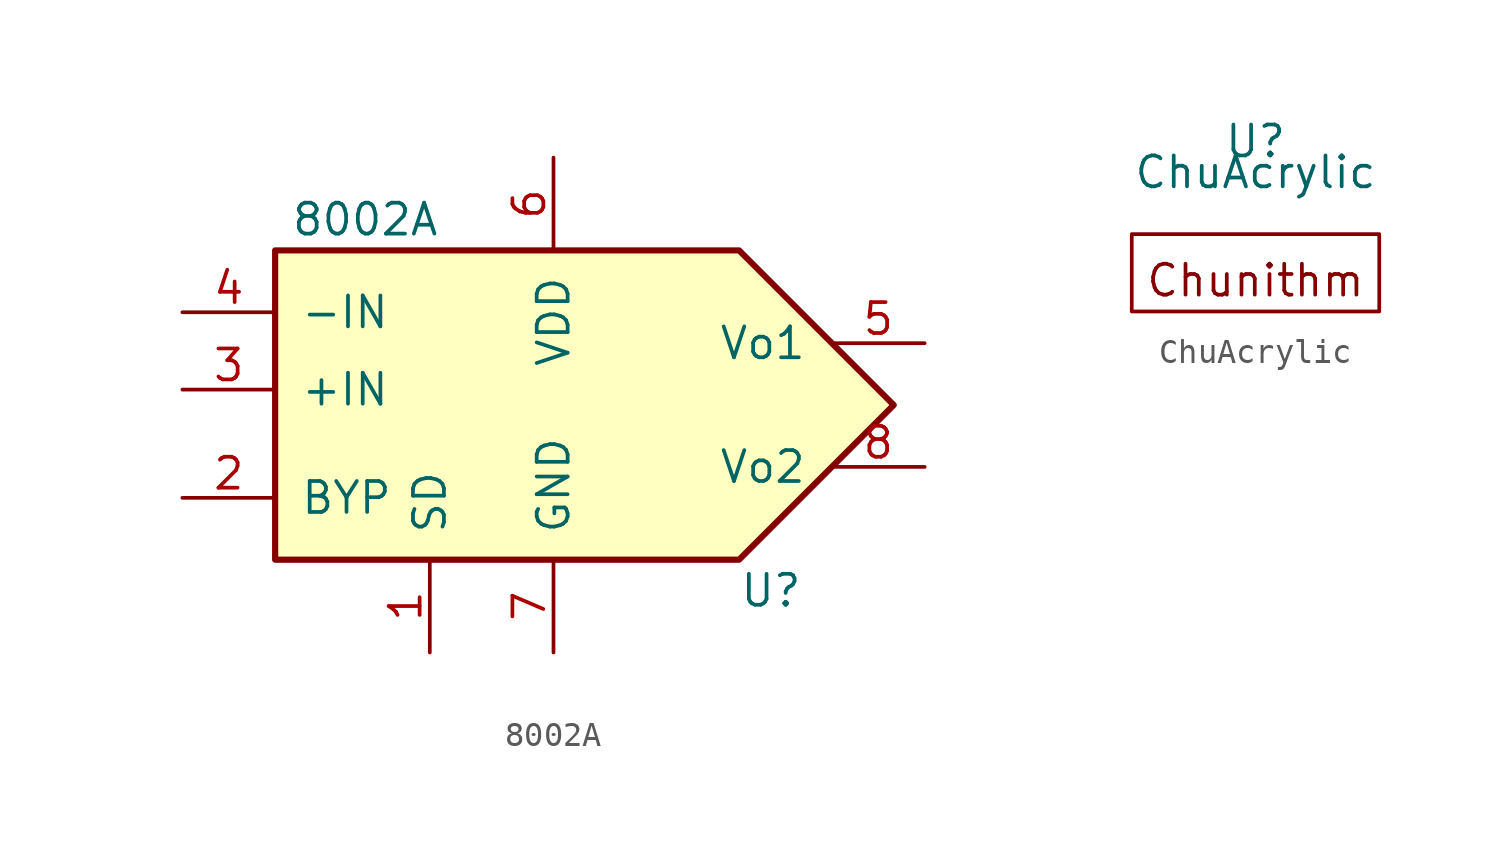
<source format=kicad_sym>
(kicad_symbol_lib
  (version 20211014)
  (generator kicad_symbol_editor)
  (symbol "8002A"
    (pin_names
      (offset 1.016))
    (property "Reference" "U"
      (at 7.62 -7.62 0)
      (effects (font (size 1.27 1.27)) (justify left)))
    (property "Value" "8002A"
      (at -10.795 7.62 0)
      (effects (font (size 1.27 1.27)) (justify left)))
    (symbol "8002A_0_1"
      (polyline (pts (xy 13.97 0) (xy 7.62 -6.35) (xy -11.43 -6.35) (xy -11.43 6.35) (xy 7.62 6.35) (xy 13.97 0)) (stroke (width 0.254) (type default) (color 0 0 0 0)) (fill (type background))))
    (symbol "8002A_1_1"
      (pin input line (at -5.08 -10.16 90) (length 3.81) (name "SD" (effects (font (size 1.27 1.27)))) (number "1" (effects (font (size 1.27 1.27)))))
      (pin input line (at -15.24 -3.81 0) (length 3.81) (name "BYP" (effects (font (size 1.27 1.27)))) (number "2" (effects (font (size 1.27 1.27)))))
      (pin input line (at -15.24 0.635 0) (length 3.81) (name "+IN" (effects (font (size 1.27 1.27)))) (number "3" (effects (font (size 1.27 1.27)))))
      (pin input line (at -15.24 3.81 0) (length 3.81) (name "-IN" (effects (font (size 1.27 1.27)))) (number "4" (effects (font (size 1.27 1.27)))))
      (pin output line (at 15.24 2.54 180) (length 3.81) (name "Vo1" (effects (font (size 1.27 1.27)))) (number "5" (effects (font (size 1.27 1.27)))))
      (pin power_in line (at 0 10.16 270) (length 3.81) (name "VDD" (effects (font (size 1.27 1.27)))) (number "6" (effects (font (size 1.27 1.27)))))
      (pin power_in line (at 0 -10.16 90) (length 3.81) (name "GND" (effects (font (size 1.27 1.27)))) (number "7" (effects (font (size 1.27 1.27)))))
      (pin output line (at 15.24 -2.54 180) (length 3.81) (name "Vo2" (effects (font (size 1.27 1.27)))) (number "8" (effects (font (size 1.27 1.27)))))))
  (symbol "ChuAcrylic"
    (property "Reference" "U"
      (at 0 4.445 0)
      (effects (font (size 1.27 1.27))))
    (property "Value" "ChuAcrylic"
      (at 0 3.175 0)
      (effects (font (size 1.27 1.27))))
    (symbol "ChuAcrylic_0_0"
      (text "Chunithm" (at 0 -1.27 0) (effects (font (size 1.27 1.27)))))
    (symbol "ChuAcrylic_0_1"
      (rectangle (start -5.08 0.635) (end 5.08 -2.54) (stroke (width 0) (type default) (color 0 0 0 0)) (fill (type none))))))
</source>
